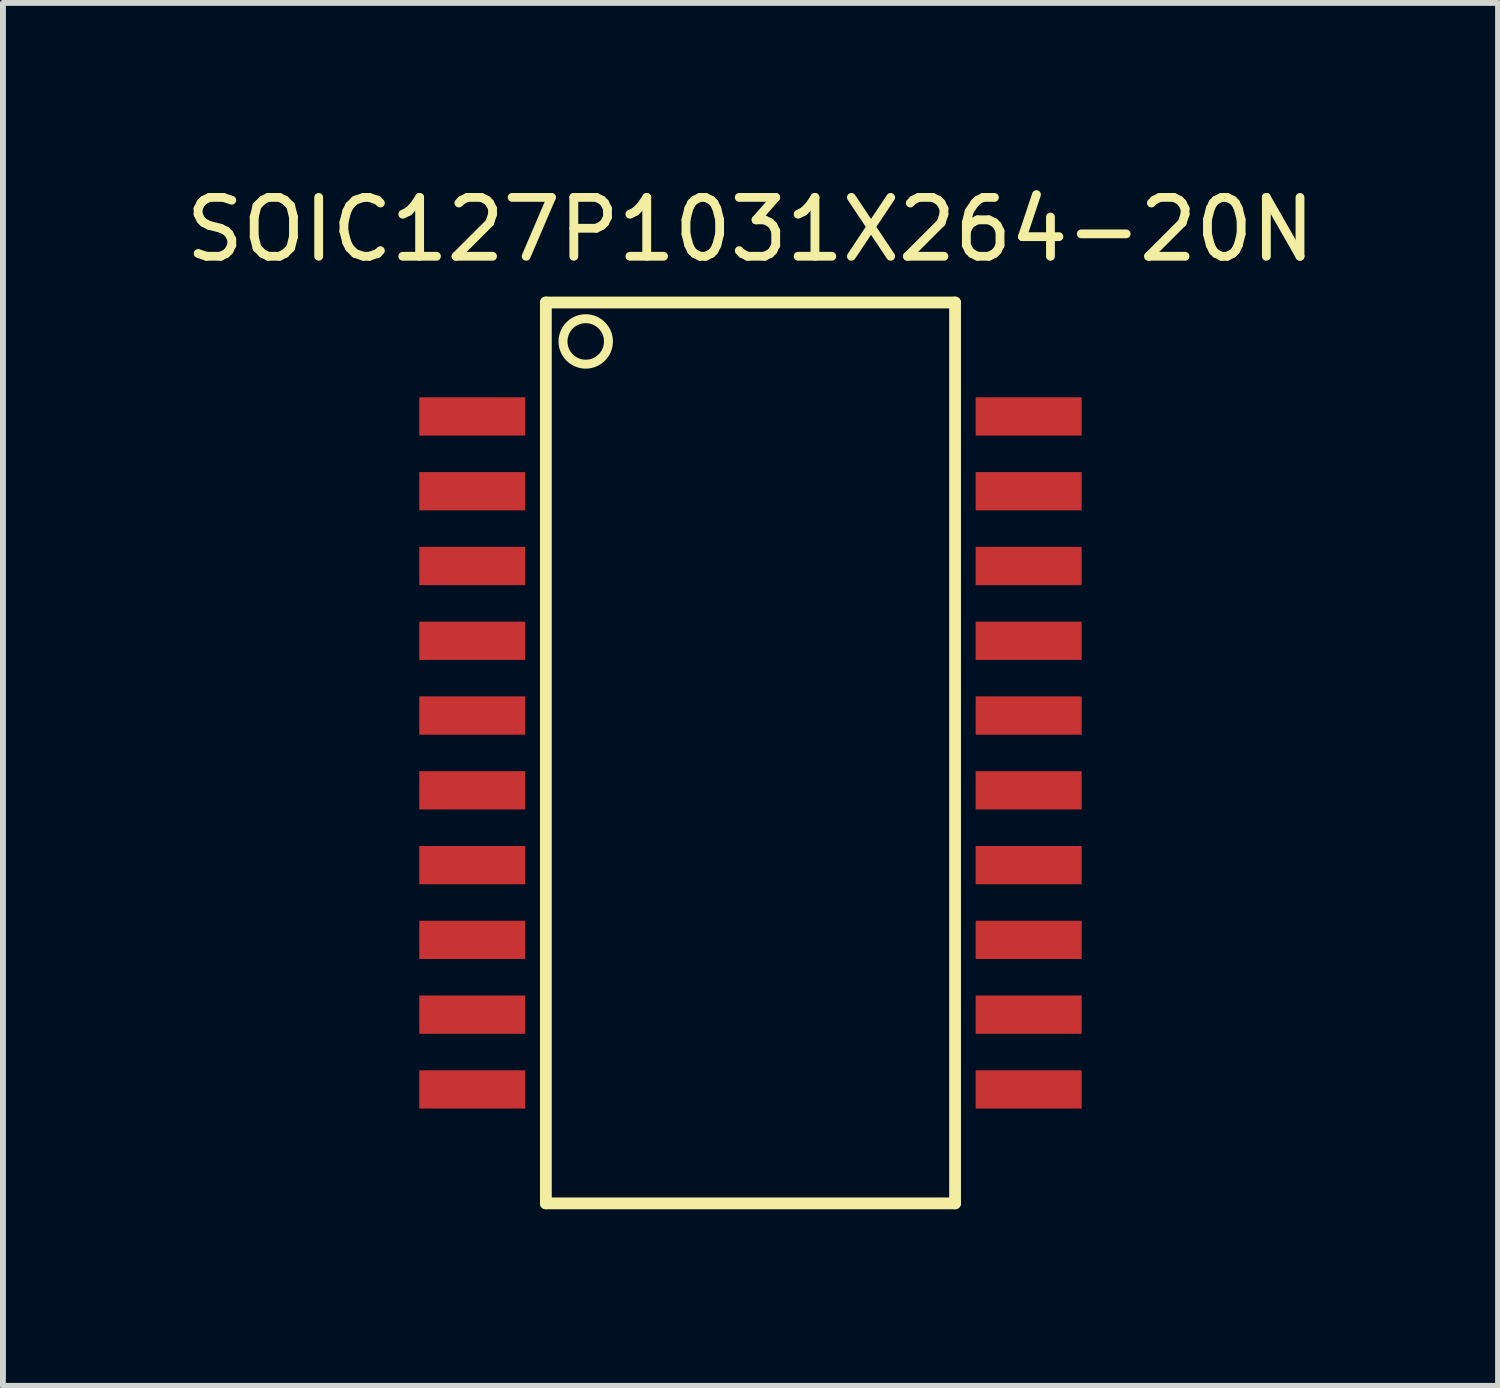
<source format=kicad_pcb>
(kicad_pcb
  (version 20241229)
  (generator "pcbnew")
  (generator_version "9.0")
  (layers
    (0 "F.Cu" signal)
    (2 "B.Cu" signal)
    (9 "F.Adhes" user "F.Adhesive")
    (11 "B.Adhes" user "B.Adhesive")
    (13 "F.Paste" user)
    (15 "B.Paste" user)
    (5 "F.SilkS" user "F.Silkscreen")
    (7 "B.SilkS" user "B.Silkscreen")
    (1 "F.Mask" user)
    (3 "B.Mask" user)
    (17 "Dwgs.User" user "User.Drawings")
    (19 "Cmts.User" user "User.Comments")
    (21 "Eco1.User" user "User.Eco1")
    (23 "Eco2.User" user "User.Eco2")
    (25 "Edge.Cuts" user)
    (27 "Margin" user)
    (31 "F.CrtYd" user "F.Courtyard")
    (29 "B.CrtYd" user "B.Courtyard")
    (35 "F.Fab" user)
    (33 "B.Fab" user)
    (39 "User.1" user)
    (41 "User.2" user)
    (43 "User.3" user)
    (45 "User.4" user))
  (footprint "SOIC127P1031X264-20N"
    (layer "F.Cu")
    (at 9.696 9.738)
    (property "Reference" "SOIC127P1031X264-20N" (at 0 -8.89 0) (layer "F.SilkS") (effects (font (size 1 1) (thickness 0.15))))
    (attr through_hole)
    (fp_line (start -3.475 -7.65) (end 3.475 -7.65) (stroke (width 0.2) (type solid)) (layer "F.SilkS"))
    (fp_line (start -3.475 7.65) (end -3.475 -7.65) (stroke (width 0.2) (type solid)) (layer "F.SilkS"))
    (fp_line (start 3.475 -7.65) (end 3.475 7.65) (stroke (width 0.2) (type solid)) (layer "F.SilkS"))
    (fp_line (start 3.475 7.65) (end -3.475 7.65) (stroke (width 0.2) (type solid)) (layer "F.SilkS"))
    (fp_circle (center -2.798 -6.989) (end -2.412 -6.989) (stroke (width 0.152) (type solid)) (fill no) (layer "F.SilkS"))
    (pad "1" smd rect (at -4.725 -5.715) (size 1.8 0.65) (layers "F.Cu" "F.Mask" "F.Paste"))
    (pad "2" smd rect (at -4.725 -4.445) (size 1.8 0.65) (layers "F.Cu" "F.Mask" "F.Paste"))
    (pad "3" smd rect (at -4.725 -3.175) (size 1.8 0.65) (layers "F.Cu" "F.Mask" "F.Paste"))
    (pad "4" smd rect (at -4.725 -1.905) (size 1.8 0.65) (layers "F.Cu" "F.Mask" "F.Paste"))
    (pad "5" smd rect (at -4.725 -0.635) (size 1.8 0.65) (layers "F.Cu" "F.Mask" "F.Paste"))
    (pad "6" smd rect (at -4.725 0.635) (size 1.8 0.65) (layers "F.Cu" "F.Mask" "F.Paste"))
    (pad "7" smd rect (at -4.725 1.905) (size 1.8 0.65) (layers "F.Cu" "F.Mask" "F.Paste"))
    (pad "8" smd rect (at -4.725 3.175) (size 1.8 0.65) (layers "F.Cu" "F.Mask" "F.Paste"))
    (pad "9" smd rect (at -4.725 4.445) (size 1.8 0.65) (layers "F.Cu" "F.Mask" "F.Paste"))
    (pad "10" smd rect (at -4.725 5.715) (size 1.8 0.65) (layers "F.Cu" "F.Mask" "F.Paste"))
    (pad "11" smd rect (at 4.725 5.715) (size 1.8 0.65) (layers "F.Cu" "F.Mask" "F.Paste"))
    (pad "12" smd rect (at 4.725 4.445) (size 1.8 0.65) (layers "F.Cu" "F.Mask" "F.Paste"))
    (pad "13" smd rect (at 4.725 3.175) (size 1.8 0.65) (layers "F.Cu" "F.Mask" "F.Paste"))
    (pad "14" smd rect (at 4.725 1.905) (size 1.8 0.65) (layers "F.Cu" "F.Mask" "F.Paste"))
    (pad "15" smd rect (at 4.725 0.635) (size 1.8 0.65) (layers "F.Cu" "F.Mask" "F.Paste"))
    (pad "16" smd rect (at 4.725 -0.635) (size 1.8 0.65) (layers "F.Cu" "F.Mask" "F.Paste"))
    (pad "17" smd rect (at 4.725 -1.905) (size 1.8 0.65) (layers "F.Cu" "F.Mask" "F.Paste"))
    (pad "18" smd rect (at 4.725 -3.175) (size 1.8 0.65) (layers "F.Cu" "F.Mask" "F.Paste"))
    (pad "19" smd rect (at 4.725 -4.445) (size 1.8 0.65) (layers "F.Cu" "F.Mask" "F.Paste"))
    (pad "20" smd rect (at 4.725 -5.715) (size 1.8 0.65) (layers "F.Cu" "F.Mask" "F.Paste")))
  (gr_rect
    (start -3 -3)
    (end 22.393 20.488)
    (stroke (width 0.1) (type default))
    (fill no)
    (layer "Edge.Cuts")))
</source>
